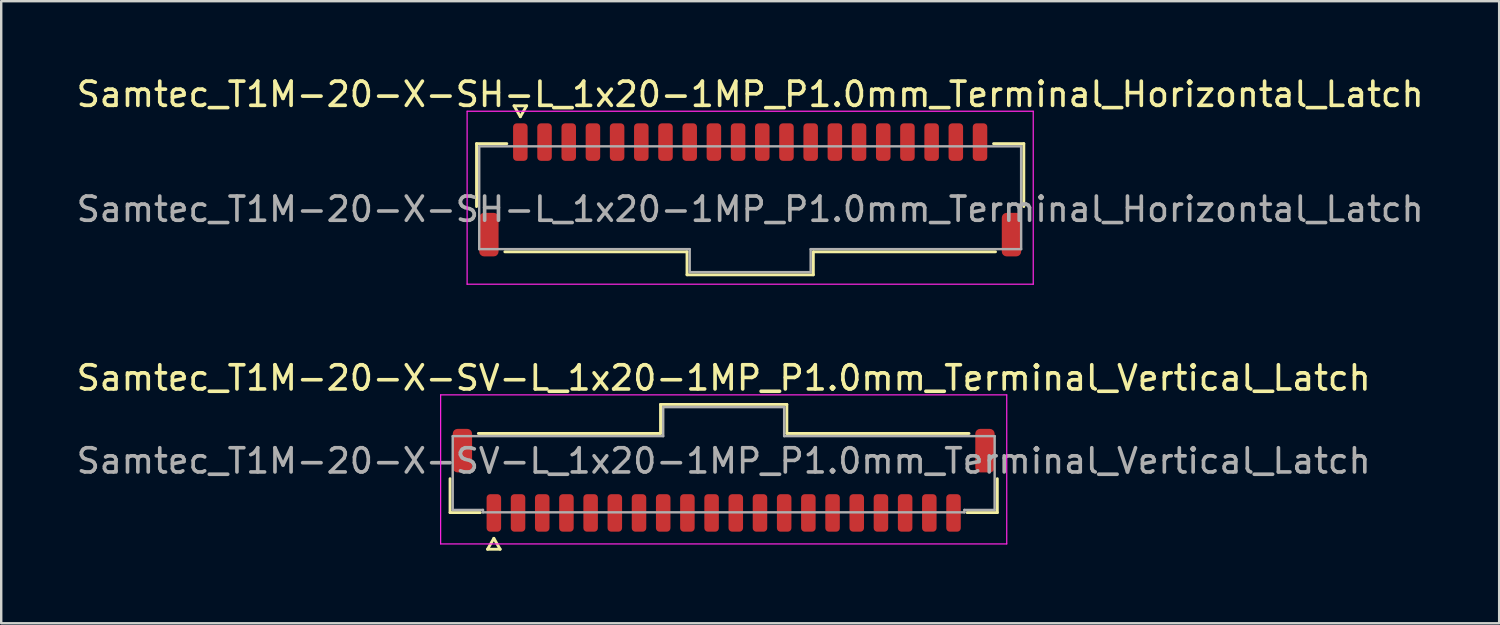
<source format=kicad_pcb>
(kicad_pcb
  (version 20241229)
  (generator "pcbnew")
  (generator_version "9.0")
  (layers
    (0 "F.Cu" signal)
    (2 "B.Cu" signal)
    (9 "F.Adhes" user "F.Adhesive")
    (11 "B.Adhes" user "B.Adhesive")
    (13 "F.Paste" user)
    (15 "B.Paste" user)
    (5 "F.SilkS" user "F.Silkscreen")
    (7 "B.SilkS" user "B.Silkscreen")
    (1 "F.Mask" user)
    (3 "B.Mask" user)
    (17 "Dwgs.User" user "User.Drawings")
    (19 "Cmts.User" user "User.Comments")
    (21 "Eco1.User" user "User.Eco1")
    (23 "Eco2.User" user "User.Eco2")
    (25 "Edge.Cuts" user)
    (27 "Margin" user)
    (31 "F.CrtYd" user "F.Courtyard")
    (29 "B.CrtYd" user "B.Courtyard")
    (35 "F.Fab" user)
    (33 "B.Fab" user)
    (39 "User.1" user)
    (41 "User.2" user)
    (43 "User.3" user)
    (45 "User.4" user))
  (footprint "Samtec_T1M-20-X-SV-L_1x20-1MP_P1.0mm_Terminal_Vertical_Latch"
    (layer "F.Cu")
    (at 26.863 16.002)
    (property "Reference" "Samtec_T1M-20-X-SV-L_1x20-1MP_P1.0mm_Terminal_Vertical_Latch" (at 0 -3.43 0) (layer "F.SilkS") (effects (font (size 1 1) (thickness 0.15))))
    (attr smd)
    (fp_line (start -11.31 2.135) (end -11.31 0.735) (stroke (width 0.12) (type solid)) (layer "F.SilkS"))
    (fp_line (start -10.14 -1.135) (end -2.61 -1.135) (stroke (width 0.12) (type solid)) (layer "F.SilkS"))
    (fp_line (start -10.06 2.135) (end -11.31 2.135) (stroke (width 0.12) (type solid)) (layer "F.SilkS"))
    (fp_line (start -9.76 3.65) (end -9.5 3.2) (stroke (width 0.12) (type solid)) (layer "F.SilkS"))
    (fp_line (start -9.5 3.2) (end -9.24 3.65) (stroke (width 0.12) (type solid)) (layer "F.SilkS"))
    (fp_line (start -9.24 3.65) (end -9.76 3.65) (stroke (width 0.12) (type solid)) (layer "F.SilkS"))
    (fp_line (start -2.61 -2.335) (end 2.61 -2.335) (stroke (width 0.12) (type solid)) (layer "F.SilkS"))
    (fp_line (start -2.61 -1.135) (end -2.61 -2.335) (stroke (width 0.12) (type solid)) (layer "F.SilkS"))
    (fp_line (start 2.61 -2.335) (end 2.61 -1.135) (stroke (width 0.12) (type solid)) (layer "F.SilkS"))
    (fp_line (start 2.61 -1.135) (end 10.14 -1.135) (stroke (width 0.12) (type solid)) (layer "F.SilkS"))
    (fp_line (start 11.31 0.735) (end 11.31 2.135) (stroke (width 0.12) (type solid)) (layer "F.SilkS"))
    (fp_line (start 11.31 2.135) (end 10.06 2.135) (stroke (width 0.12) (type solid)) (layer "F.SilkS"))
    (fp_line (start -11.7 -2.73) (end -11.7 3.43) (stroke (width 0.05) (type solid)) (layer "F.CrtYd"))
    (fp_line (start -11.7 3.43) (end 11.7 3.43) (stroke (width 0.05) (type solid)) (layer "F.CrtYd"))
    (fp_line (start 11.7 -2.73) (end -11.7 -2.73) (stroke (width 0.05) (type solid)) (layer "F.CrtYd"))
    (fp_line (start 11.7 3.43) (end 11.7 -2.73) (stroke (width 0.05) (type solid)) (layer "F.CrtYd"))
    (fp_line (start -11.2 -1.025) (end -2.5 -1.025) (stroke (width 0.1) (type solid)) (layer "F.Fab"))
    (fp_line (start -11.2 2.025) (end -11.2 -1.025) (stroke (width 0.1) (type solid)) (layer "F.Fab"))
    (fp_line (start -9.95 2.025) (end -11.2 2.025) (stroke (width 0.1) (type solid)) (layer "F.Fab"))
    (fp_line (start -9.95 2.125) (end -9.95 2.025) (stroke (width 0.1) (type solid)) (layer "F.Fab"))
    (fp_line (start -2.5 -2.225) (end 2.5 -2.225) (stroke (width 0.1) (type solid)) (layer "F.Fab"))
    (fp_line (start -2.5 -1.025) (end -2.5 -2.225) (stroke (width 0.1) (type solid)) (layer "F.Fab"))
    (fp_line (start 2.5 -2.225) (end 2.5 -1.025) (stroke (width 0.1) (type solid)) (layer "F.Fab"))
    (fp_line (start 2.5 -1.025) (end 11.2 -1.025) (stroke (width 0.1) (type solid)) (layer "F.Fab"))
    (fp_line (start 9.95 2.025) (end 9.95 2.125) (stroke (width 0.1) (type solid)) (layer "F.Fab"))
    (fp_line (start 9.95 2.125) (end -9.95 2.125) (stroke (width 0.1) (type solid)) (layer "F.Fab"))
    (fp_line (start 11.2 -1.025) (end 11.2 2.025) (stroke (width 0.1) (type solid)) (layer "F.Fab"))
    (fp_line (start 11.2 2.025) (end 9.95 2.025) (stroke (width 0.1) (type solid)) (layer "F.Fab"))
    (fp_text user "${REFERENCE}" (at 0 0 0) (layer "F.Fab") (effects (font (size 1 1) (thickness 0.15))))
    (pad "1" smd roundrect (at -9.5 2.15) (size 0.6 1.55) (layers "F.Cu" "F.Mask" "F.Paste") (roundrect_rratio 0.25))
    (pad "2" smd roundrect (at -8.5 2.15) (size 0.6 1.55) (layers "F.Cu" "F.Mask" "F.Paste") (roundrect_rratio 0.25))
    (pad "3" smd roundrect (at -7.5 2.15) (size 0.6 1.55) (layers "F.Cu" "F.Mask" "F.Paste") (roundrect_rratio 0.25))
    (pad "4" smd roundrect (at -6.5 2.15) (size 0.6 1.55) (layers "F.Cu" "F.Mask" "F.Paste") (roundrect_rratio 0.25))
    (pad "5" smd roundrect (at -5.5 2.15) (size 0.6 1.55) (layers "F.Cu" "F.Mask" "F.Paste") (roundrect_rratio 0.25))
    (pad "6" smd roundrect (at -4.5 2.15) (size 0.6 1.55) (layers "F.Cu" "F.Mask" "F.Paste") (roundrect_rratio 0.25))
    (pad "7" smd roundrect (at -3.5 2.15) (size 0.6 1.55) (layers "F.Cu" "F.Mask" "F.Paste") (roundrect_rratio 0.25))
    (pad "8" smd roundrect (at -2.5 2.15) (size 0.6 1.55) (layers "F.Cu" "F.Mask" "F.Paste") (roundrect_rratio 0.25))
    (pad "9" smd roundrect (at -1.5 2.15) (size 0.6 1.55) (layers "F.Cu" "F.Mask" "F.Paste") (roundrect_rratio 0.25))
    (pad "10" smd roundrect (at -0.5 2.15) (size 0.6 1.55) (layers "F.Cu" "F.Mask" "F.Paste") (roundrect_rratio 0.25))
    (pad "11" smd roundrect (at 0.5 2.15) (size 0.6 1.55) (layers "F.Cu" "F.Mask" "F.Paste") (roundrect_rratio 0.25))
    (pad "12" smd roundrect (at 1.5 2.15) (size 0.6 1.55) (layers "F.Cu" "F.Mask" "F.Paste") (roundrect_rratio 0.25))
    (pad "13" smd roundrect (at 2.5 2.15) (size 0.6 1.55) (layers "F.Cu" "F.Mask" "F.Paste") (roundrect_rratio 0.25))
    (pad "14" smd roundrect (at 3.5 2.15) (size 0.6 1.55) (layers "F.Cu" "F.Mask" "F.Paste") (roundrect_rratio 0.25))
    (pad "15" smd roundrect (at 4.5 2.15) (size 0.6 1.55) (layers "F.Cu" "F.Mask" "F.Paste") (roundrect_rratio 0.25))
    (pad "16" smd roundrect (at 5.5 2.15) (size 0.6 1.55) (layers "F.Cu" "F.Mask" "F.Paste") (roundrect_rratio 0.25))
    (pad "17" smd roundrect (at 6.5 2.15) (size 0.6 1.55) (layers "F.Cu" "F.Mask" "F.Paste") (roundrect_rratio 0.25))
    (pad "18" smd roundrect (at 7.5 2.15) (size 0.6 1.55) (layers "F.Cu" "F.Mask" "F.Paste") (roundrect_rratio 0.25))
    (pad "19" smd roundrect (at 8.5 2.15) (size 0.6 1.55) (layers "F.Cu" "F.Mask" "F.Paste") (roundrect_rratio 0.25))
    (pad "20" smd roundrect (at 9.5 2.15) (size 0.6 1.55) (layers "F.Cu" "F.Mask" "F.Paste") (roundrect_rratio 0.25))
    (pad "MP" smd roundrect (at -10.8 -0.425) (size 0.8 1.8) (layers "F.Cu" "F.Mask" "F.Paste") (roundrect_rratio 0.25))
    (pad "MP" smd roundrect (at 10.8 -0.425) (size 0.8 1.8) (layers "F.Cu" "F.Mask" "F.Paste") (roundrect_rratio 0.25)))
  (footprint "Samtec_T1M-20-X-SH-L_1x20-1MP_P1.0mm_Terminal_Horizontal_Latch"
    (layer "F.Cu")
    (at 27.958 5.598)
    (property "Reference" "Samtec_T1M-20-X-SH-L_1x20-1MP_P1.0mm_Terminal_Horizontal_Latch" (at 0 -4.75 0) (layer "F.SilkS") (effects (font (size 1 1) (thickness 0.15))))
    (attr smd)
    (fp_line (start -11.31 -2.71) (end -10.06 -2.71) (stroke (width 0.12) (type solid)) (layer "F.SilkS"))
    (fp_line (start -11.31 -0.11) (end -11.31 -2.71) (stroke (width 0.12) (type solid)) (layer "F.SilkS"))
    (fp_line (start -9.76 -4.275) (end -9.5 -3.825) (stroke (width 0.12) (type solid)) (layer "F.SilkS"))
    (fp_line (start -9.5 -3.825) (end -9.24 -4.275) (stroke (width 0.12) (type solid)) (layer "F.SilkS"))
    (fp_line (start -9.24 -4.275) (end -9.76 -4.275) (stroke (width 0.12) (type solid)) (layer "F.SilkS"))
    (fp_line (start -2.61 1.76) (end -10.14 1.76) (stroke (width 0.12) (type solid)) (layer "F.SilkS"))
    (fp_line (start -2.61 2.71) (end -2.61 1.76) (stroke (width 0.12) (type solid)) (layer "F.SilkS"))
    (fp_line (start 2.61 1.76) (end 2.61 2.71) (stroke (width 0.12) (type solid)) (layer "F.SilkS"))
    (fp_line (start 2.61 2.71) (end -2.61 2.71) (stroke (width 0.12) (type solid)) (layer "F.SilkS"))
    (fp_line (start 10.06 -2.71) (end 11.31 -2.71) (stroke (width 0.12) (type solid)) (layer "F.SilkS"))
    (fp_line (start 10.14 1.76) (end 2.61 1.76) (stroke (width 0.12) (type solid)) (layer "F.SilkS"))
    (fp_line (start 11.31 -2.71) (end 11.31 -0.11) (stroke (width 0.12) (type solid)) (layer "F.SilkS"))
    (fp_line (start -11.7 -4.05) (end -11.7 3.1) (stroke (width 0.05) (type solid)) (layer "F.CrtYd"))
    (fp_line (start -11.7 3.1) (end 11.7 3.1) (stroke (width 0.05) (type solid)) (layer "F.CrtYd"))
    (fp_line (start 11.7 -4.05) (end -11.7 -4.05) (stroke (width 0.05) (type solid)) (layer "F.CrtYd"))
    (fp_line (start 11.7 3.1) (end 11.7 -4.05) (stroke (width 0.05) (type solid)) (layer "F.CrtYd"))
    (fp_line (start -11.2 -2.6) (end 11.2 -2.6) (stroke (width 0.1) (type solid)) (layer "F.Fab"))
    (fp_line (start -11.2 1.65) (end -11.2 -2.6) (stroke (width 0.1) (type solid)) (layer "F.Fab"))
    (fp_line (start -2.5 1.65) (end -11.2 1.65) (stroke (width 0.1) (type solid)) (layer "F.Fab"))
    (fp_line (start -2.5 2.6) (end -2.5 1.65) (stroke (width 0.1) (type solid)) (layer "F.Fab"))
    (fp_line (start 2.5 1.65) (end 2.5 2.6) (stroke (width 0.1) (type solid)) (layer "F.Fab"))
    (fp_line (start 2.5 2.6) (end -2.5 2.6) (stroke (width 0.1) (type solid)) (layer "F.Fab"))
    (fp_line (start 11.2 -2.6) (end 11.2 1.65) (stroke (width 0.1) (type solid)) (layer "F.Fab"))
    (fp_line (start 11.2 1.65) (end 2.5 1.65) (stroke (width 0.1) (type solid)) (layer "F.Fab"))
    (fp_text user "${REFERENCE}" (at 0 0 0) (layer "F.Fab") (effects (font (size 1 1) (thickness 0.15))))
    (pad "1" smd roundrect (at -9.5 -2.775) (size 0.6 1.55) (layers "F.Cu" "F.Mask" "F.Paste") (roundrect_rratio 0.25))
    (pad "2" smd roundrect (at -8.5 -2.775) (size 0.6 1.55) (layers "F.Cu" "F.Mask" "F.Paste") (roundrect_rratio 0.25))
    (pad "3" smd roundrect (at -7.5 -2.775) (size 0.6 1.55) (layers "F.Cu" "F.Mask" "F.Paste") (roundrect_rratio 0.25))
    (pad "4" smd roundrect (at -6.5 -2.775) (size 0.6 1.55) (layers "F.Cu" "F.Mask" "F.Paste") (roundrect_rratio 0.25))
    (pad "5" smd roundrect (at -5.5 -2.775) (size 0.6 1.55) (layers "F.Cu" "F.Mask" "F.Paste") (roundrect_rratio 0.25))
    (pad "6" smd roundrect (at -4.5 -2.775) (size 0.6 1.55) (layers "F.Cu" "F.Mask" "F.Paste") (roundrect_rratio 0.25))
    (pad "7" smd roundrect (at -3.5 -2.775) (size 0.6 1.55) (layers "F.Cu" "F.Mask" "F.Paste") (roundrect_rratio 0.25))
    (pad "8" smd roundrect (at -2.5 -2.775) (size 0.6 1.55) (layers "F.Cu" "F.Mask" "F.Paste") (roundrect_rratio 0.25))
    (pad "9" smd roundrect (at -1.5 -2.775) (size 0.6 1.55) (layers "F.Cu" "F.Mask" "F.Paste") (roundrect_rratio 0.25))
    (pad "10" smd roundrect (at -0.5 -2.775) (size 0.6 1.55) (layers "F.Cu" "F.Mask" "F.Paste") (roundrect_rratio 0.25))
    (pad "11" smd roundrect (at 0.5 -2.775) (size 0.6 1.55) (layers "F.Cu" "F.Mask" "F.Paste") (roundrect_rratio 0.25))
    (pad "12" smd roundrect (at 1.5 -2.775) (size 0.6 1.55) (layers "F.Cu" "F.Mask" "F.Paste") (roundrect_rratio 0.25))
    (pad "13" smd roundrect (at 2.5 -2.775) (size 0.6 1.55) (layers "F.Cu" "F.Mask" "F.Paste") (roundrect_rratio 0.25))
    (pad "14" smd roundrect (at 3.5 -2.775) (size 0.6 1.55) (layers "F.Cu" "F.Mask" "F.Paste") (roundrect_rratio 0.25))
    (pad "15" smd roundrect (at 4.5 -2.775) (size 0.6 1.55) (layers "F.Cu" "F.Mask" "F.Paste") (roundrect_rratio 0.25))
    (pad "16" smd roundrect (at 5.5 -2.775) (size 0.6 1.55) (layers "F.Cu" "F.Mask" "F.Paste") (roundrect_rratio 0.25))
    (pad "17" smd roundrect (at 6.5 -2.775) (size 0.6 1.55) (layers "F.Cu" "F.Mask" "F.Paste") (roundrect_rratio 0.25))
    (pad "18" smd roundrect (at 7.5 -2.775) (size 0.6 1.55) (layers "F.Cu" "F.Mask" "F.Paste") (roundrect_rratio 0.25))
    (pad "19" smd roundrect (at 8.5 -2.775) (size 0.6 1.55) (layers "F.Cu" "F.Mask" "F.Paste") (roundrect_rratio 0.25))
    (pad "20" smd roundrect (at 9.5 -2.775) (size 0.6 1.55) (layers "F.Cu" "F.Mask" "F.Paste") (roundrect_rratio 0.25))
    (pad "MP" smd roundrect (at -10.8 1.05) (size 0.8 1.8) (layers "F.Cu" "F.Mask" "F.Paste") (roundrect_rratio 0.25))
    (pad "MP" smd roundrect (at 10.8 1.05) (size 0.8 1.8) (layers "F.Cu" "F.Mask" "F.Paste") (roundrect_rratio 0.25)))
  (gr_rect
    (start -3 -3)
    (end 58.917 22.712)
    (stroke (width 0.1) (type default))
    (fill no)
    (layer "Edge.Cuts")))
</source>
